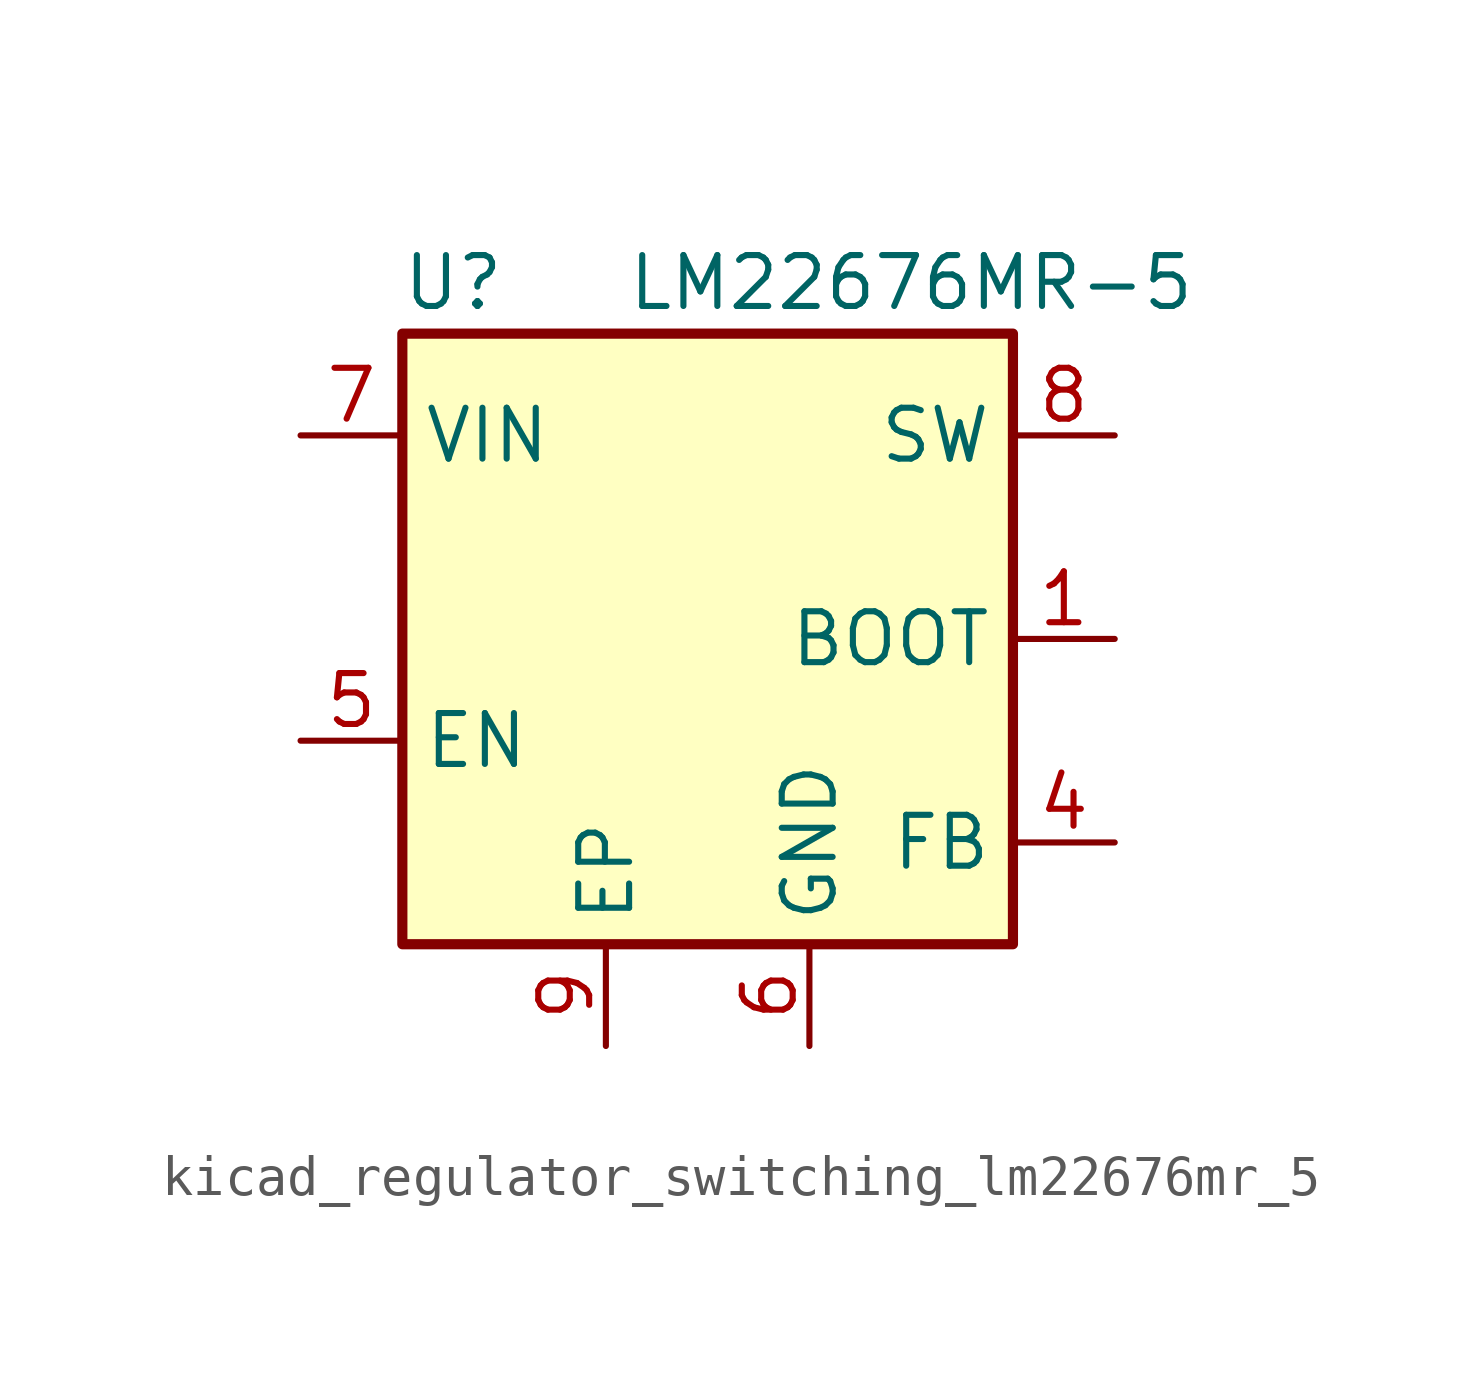
<source format=kicad_sym>
(kicad_symbol_lib
  (version 20220914)
  (generator kicad_symbol_editor)
  (symbol "kicad_regulator_switching_lm22676mr_5"
    (property "Reference" "U"
      (at -6.35 8.89 0)
      (effects (font (size 1.27 1.27))))
    (property "Value" "LM22676MR-5"
      (at 5.08 8.89 0)
      (effects (font (size 1.27 1.27))))
    (symbol "kicad_regulator_switching_lm22676mr_5_0_1"
      (rectangle (start -7.62 7.62) (end 7.62 -7.62) (stroke (width 0.254) (type default)) (fill (type background))))
    (symbol "kicad_regulator_switching_lm22676mr_5_1_1"
      (pin input line (at 10.16 0 180) (length 2.54) (name "BOOT" (effects (font (size 1.27 1.27)))) (number "1" (effects (font (size 1.27 1.27)))))
      (pin no_connect line (at -7.62 2.54 0) (length 2.54) hide (name "NC" (effects (font (size 1.27 1.27)))) (number "2" (effects (font (size 1.27 1.27)))))
      (pin no_connect line (at -7.62 0 0) (length 2.54) hide (name "NC" (effects (font (size 1.27 1.27)))) (number "3" (effects (font (size 1.27 1.27)))))
      (pin input line (at 10.16 -5.08 180) (length 2.54) (name "FB" (effects (font (size 1.27 1.27)))) (number "4" (effects (font (size 1.27 1.27)))))
      (pin input line (at -10.16 -2.54 0) (length 2.54) (name "EN" (effects (font (size 1.27 1.27)))) (number "5" (effects (font (size 1.27 1.27)))))
      (pin power_in line (at 2.54 -10.16 90) (length 2.54) (name "GND" (effects (font (size 1.27 1.27)))) (number "6" (effects (font (size 1.27 1.27)))))
      (pin power_in line (at -10.16 5.08 0) (length 2.54) (name "VIN" (effects (font (size 1.27 1.27)))) (number "7" (effects (font (size 1.27 1.27)))))
      (pin power_out line (at 10.16 5.08 180) (length 2.54) (name "SW" (effects (font (size 1.27 1.27)))) (number "8" (effects (font (size 1.27 1.27)))))
      (pin power_in line (at -2.54 -10.16 90) (length 2.54) (name "EP" (effects (font (size 1.27 1.27)))) (number "9" (effects (font (size 1.27 1.27))))))))
</source>
